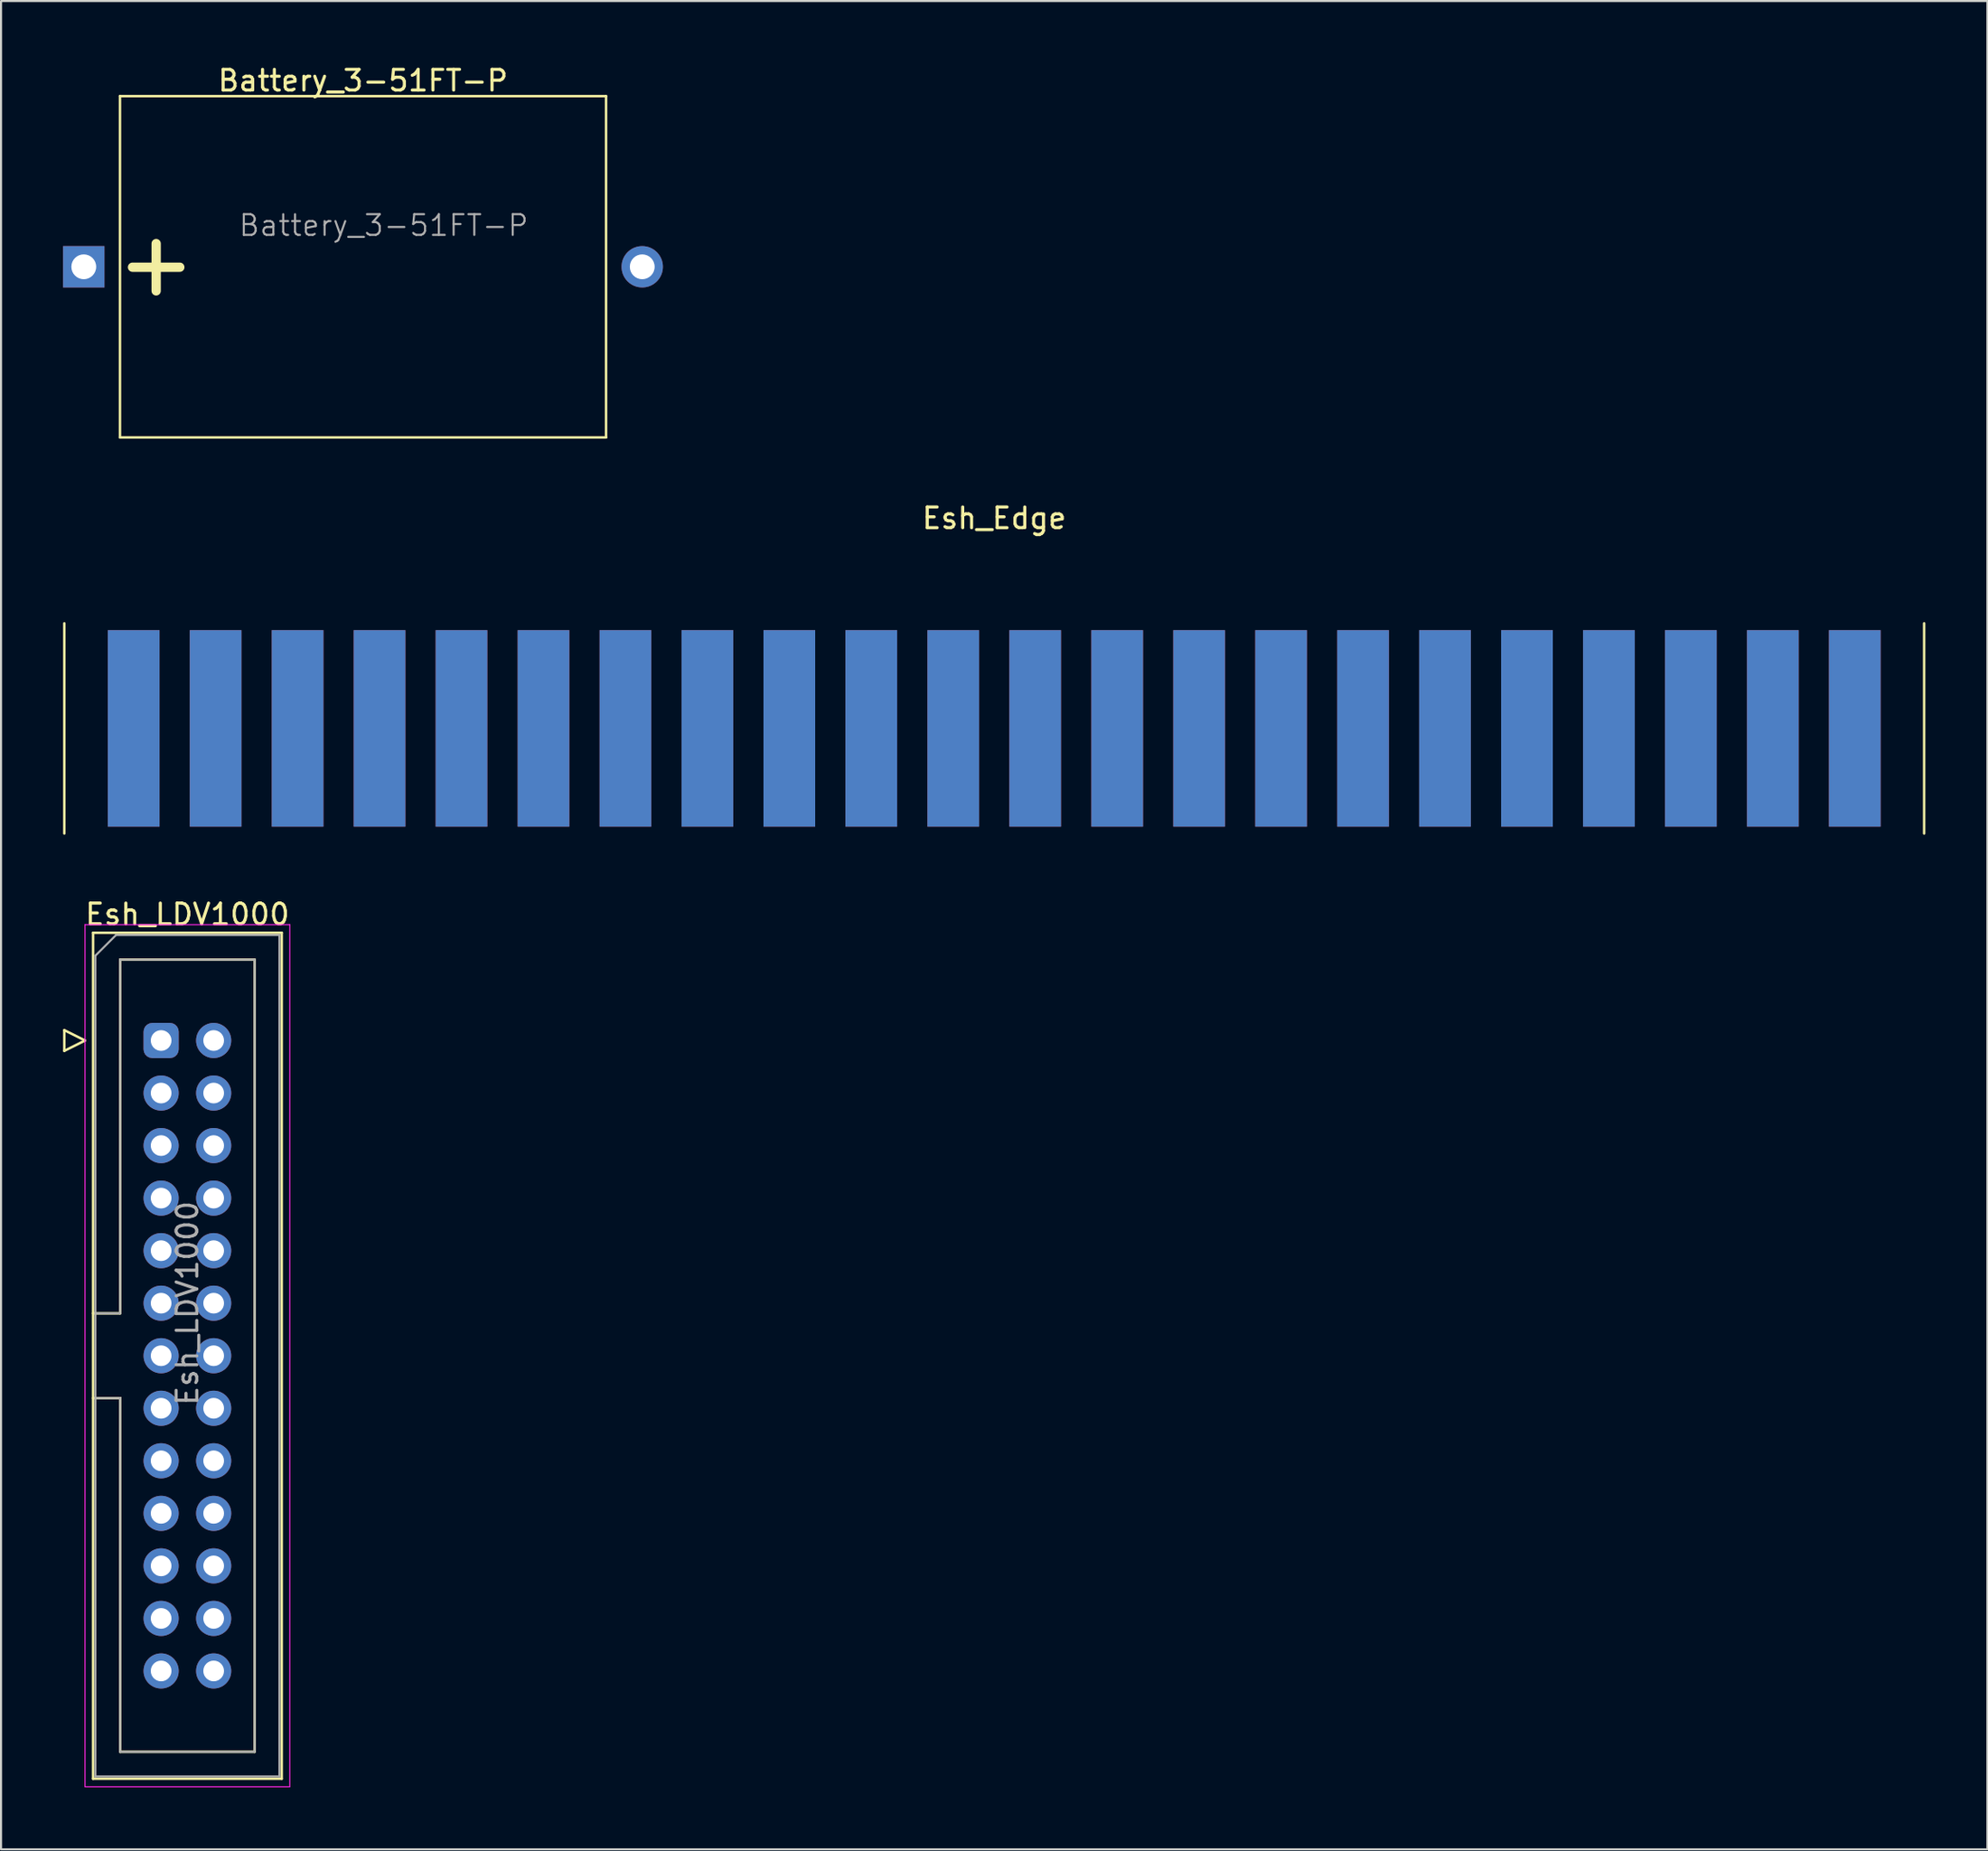
<source format=kicad_pcb>
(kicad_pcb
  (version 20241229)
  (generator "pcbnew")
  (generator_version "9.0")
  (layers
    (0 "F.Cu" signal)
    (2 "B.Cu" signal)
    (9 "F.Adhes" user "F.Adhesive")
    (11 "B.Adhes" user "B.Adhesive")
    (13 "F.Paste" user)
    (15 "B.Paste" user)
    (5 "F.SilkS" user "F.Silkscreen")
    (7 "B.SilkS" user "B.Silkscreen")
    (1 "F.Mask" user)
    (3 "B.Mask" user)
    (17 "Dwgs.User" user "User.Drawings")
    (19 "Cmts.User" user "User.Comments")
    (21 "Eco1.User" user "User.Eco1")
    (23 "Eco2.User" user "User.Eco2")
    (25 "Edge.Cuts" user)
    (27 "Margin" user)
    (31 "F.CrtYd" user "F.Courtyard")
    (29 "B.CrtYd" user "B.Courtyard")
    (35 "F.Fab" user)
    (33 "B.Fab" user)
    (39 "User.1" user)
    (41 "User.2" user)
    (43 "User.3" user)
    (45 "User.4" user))
  (footprint "Esh_Edge"
    (layer "F.Cu")
    (at 45.018 32.166)
    (property "Reference" "Esh_Edge" (at 0 -10.16 0) (layer "F.SilkS") (effects (font (size 1 1) (thickness 0.15))))
    (attr through_hole)
    (fp_line (start -44.958 -5.08) (end -44.958 5.08) (stroke (width 0.12) (type solid)) (layer "F.SilkS"))
    (fp_line (start 44.958 5.08) (end 44.958 -5.08) (stroke (width 0.12) (type solid)) (layer "F.SilkS"))
    (pad "1" connect rect (at -41.605 0) (size 2.5 9.5) (layers "F.Cu" "F.Mask"))
    (pad "2" connect rect (at -37.643 0) (size 2.5 9.5) (layers "F.Cu" "F.Mask"))
    (pad "3" connect rect (at -33.68 0) (size 2.5 9.5) (layers "F.Cu" "F.Mask"))
    (pad "4" connect rect (at -29.718 0) (size 2.5 9.5) (layers "F.Cu" "F.Mask"))
    (pad "5" connect rect (at -25.756 0) (size 2.5 9.5) (layers "F.Cu" "F.Mask"))
    (pad "6" connect rect (at -21.793 0) (size 2.5 9.5) (layers "F.Cu" "F.Mask"))
    (pad "7" connect rect (at -17.831 0) (size 2.5 9.5) (layers "F.Cu" "F.Mask"))
    (pad "8" connect rect (at -13.868 0) (size 2.5 9.5) (layers "F.Cu" "F.Mask"))
    (pad "9" connect rect (at -9.906 0) (size 2.5 9.5) (layers "F.Cu" "F.Mask"))
    (pad "10" connect rect (at -5.944 0) (size 2.5 9.5) (layers "F.Cu" "F.Mask"))
    (pad "11" connect rect (at -1.981 0) (size 2.5 9.5) (layers "F.Cu" "F.Mask"))
    (pad "12" connect rect (at 1.981 0) (size 2.5 9.5) (layers "F.Cu" "F.Mask"))
    (pad "13" connect rect (at 5.944 0) (size 2.5 9.5) (layers "F.Cu" "F.Mask"))
    (pad "14" connect rect (at 9.906 0) (size 2.5 9.5) (layers "F.Cu" "F.Mask"))
    (pad "15" connect rect (at 13.868 0) (size 2.5 9.5) (layers "F.Cu" "F.Mask"))
    (pad "16" connect rect (at 17.831 0) (size 2.5 9.5) (layers "F.Cu" "F.Mask"))
    (pad "17" connect rect (at 21.793 0) (size 2.5 9.5) (layers "F.Cu" "F.Mask"))
    (pad "18" connect rect (at 25.756 0) (size 2.5 9.5) (layers "F.Cu" "F.Mask"))
    (pad "19" connect rect (at 29.718 0) (size 2.5 9.5) (layers "F.Cu" "F.Mask"))
    (pad "20" connect rect (at 33.68 0) (size 2.5 9.5) (layers "F.Cu" "F.Mask"))
    (pad "21" connect rect (at 37.643 0) (size 2.5 9.5) (layers "F.Cu" "F.Mask"))
    (pad "22" connect rect (at 41.605 0) (size 2.5 9.5) (layers "F.Cu" "F.Mask"))
    (pad "A" connect rect (at -41.605 0) (size 2.5 9.5) (layers "B.Cu" "B.Mask"))
    (pad "B" connect rect (at -37.643 0) (size 2.5 9.5) (layers "B.Cu" "B.Mask"))
    (pad "C" connect rect (at -33.68 0) (size 2.5 9.5) (layers "B.Cu" "B.Mask"))
    (pad "D" connect rect (at -29.718 0) (size 2.5 9.5) (layers "B.Cu" "B.Mask"))
    (pad "E" connect rect (at -25.756 0) (size 2.5 9.5) (layers "B.Cu" "B.Mask"))
    (pad "F" connect rect (at -21.793 0) (size 2.5 9.5) (layers "B.Cu" "B.Mask"))
    (pad "H" connect rect (at -17.831 0) (size 2.5 9.5) (layers "B.Cu" "B.Mask"))
    (pad "J" connect rect (at -13.868 0) (size 2.5 9.5) (layers "B.Cu" "B.Mask"))
    (pad "K" connect rect (at -9.906 0) (size 2.5 9.5) (layers "B.Cu" "B.Mask"))
    (pad "L" connect rect (at -5.944 0) (size 2.5 9.5) (layers "B.Cu" "B.Mask"))
    (pad "M" connect rect (at -1.981 0) (size 2.5 9.5) (layers "B.Cu" "B.Mask"))
    (pad "N" connect rect (at 1.981 0) (size 2.5 9.5) (layers "B.Cu" "B.Mask"))
    (pad "P" connect rect (at 5.944 0) (size 2.5 9.5) (layers "B.Cu" "B.Mask"))
    (pad "R" connect rect (at 9.906 0) (size 2.5 9.5) (layers "B.Cu" "B.Mask"))
    (pad "S" connect rect (at 13.868 0) (size 2.5 9.5) (layers "B.Cu" "B.Mask"))
    (pad "T" connect rect (at 17.831 0) (size 2.5 9.5) (layers "B.Cu" "B.Mask"))
    (pad "U" connect rect (at 21.793 0) (size 2.5 9.5) (layers "B.Cu" "B.Mask"))
    (pad "V" connect rect (at 25.756 0) (size 2.5 9.5) (layers "B.Cu" "B.Mask"))
    (pad "W" connect rect (at 29.718 0) (size 2.5 9.5) (layers "B.Cu" "B.Mask"))
    (pad "X" connect rect (at 33.68 0) (size 2.5 9.5) (layers "B.Cu" "B.Mask"))
    (pad "Y" connect rect (at 37.643 0) (size 2.5 9.5) (layers "B.Cu" "B.Mask"))
    (pad "Z" connect rect (at 41.605 0) (size 2.5 9.5) (layers "B.Cu" "B.Mask")))
  (footprint "Esh_LDV1000"
    (layer "F.Cu")
    (at 4.74 47.255)
    (property "Reference" "Esh_LDV1000" (at 1.27 -6.1 0) (layer "F.SilkS") (effects (font (size 1 1) (thickness 0.15))))
    (attr through_hole)
    (fp_line (start -4.68 -0.5) (end -4.68 0.5) (stroke (width 0.12) (type solid)) (layer "F.SilkS"))
    (fp_line (start -4.68 0.5) (end -3.68 0) (stroke (width 0.12) (type solid)) (layer "F.SilkS"))
    (fp_line (start -3.68 0) (end -4.68 -0.5) (stroke (width 0.12) (type solid)) (layer "F.SilkS"))
    (fp_line (start -3.29 -5.21) (end 5.83 -5.21) (stroke (width 0.12) (type solid)) (layer "F.SilkS"))
    (fp_line (start -3.29 13.19) (end -1.98 13.19) (stroke (width 0.12) (type solid)) (layer "F.SilkS"))
    (fp_line (start -3.29 35.69) (end -3.29 -5.21) (stroke (width 0.12) (type solid)) (layer "F.SilkS"))
    (fp_line (start -1.98 -3.91) (end 4.52 -3.91) (stroke (width 0.12) (type solid)) (layer "F.SilkS"))
    (fp_line (start -1.98 13.19) (end -1.98 -3.91) (stroke (width 0.12) (type solid)) (layer "F.SilkS"))
    (fp_line (start -1.98 17.29) (end -3.29 17.29) (stroke (width 0.12) (type solid)) (layer "F.SilkS"))
    (fp_line (start -1.98 17.29) (end -1.98 17.29) (stroke (width 0.12) (type solid)) (layer "F.SilkS"))
    (fp_line (start -1.98 34.39) (end -1.98 17.29) (stroke (width 0.12) (type solid)) (layer "F.SilkS"))
    (fp_line (start 4.52 -3.91) (end 4.52 34.39) (stroke (width 0.12) (type solid)) (layer "F.SilkS"))
    (fp_line (start 4.52 34.39) (end -1.98 34.39) (stroke (width 0.12) (type solid)) (layer "F.SilkS"))
    (fp_line (start 5.83 -5.21) (end 5.83 35.69) (stroke (width 0.12) (type solid)) (layer "F.SilkS"))
    (fp_line (start 5.83 35.69) (end -3.29 35.69) (stroke (width 0.12) (type solid)) (layer "F.SilkS"))
    (fp_line (start -3.68 -5.6) (end -3.68 36.08) (stroke (width 0.05) (type solid)) (layer "F.CrtYd"))
    (fp_line (start -3.68 36.08) (end 6.22 36.08) (stroke (width 0.05) (type solid)) (layer "F.CrtYd"))
    (fp_line (start 6.22 -5.6) (end -3.68 -5.6) (stroke (width 0.05) (type solid)) (layer "F.CrtYd"))
    (fp_line (start 6.22 36.08) (end 6.22 -5.6) (stroke (width 0.05) (type solid)) (layer "F.CrtYd"))
    (fp_line (start -3.18 -4.1) (end -2.18 -5.1) (stroke (width 0.1) (type solid)) (layer "F.Fab"))
    (fp_line (start -3.18 13.19) (end -1.98 13.19) (stroke (width 0.1) (type solid)) (layer "F.Fab"))
    (fp_line (start -3.18 35.58) (end -3.18 -4.1) (stroke (width 0.1) (type solid)) (layer "F.Fab"))
    (fp_line (start -2.18 -5.1) (end 5.72 -5.1) (stroke (width 0.1) (type solid)) (layer "F.Fab"))
    (fp_line (start -1.98 -3.91) (end 4.52 -3.91) (stroke (width 0.1) (type solid)) (layer "F.Fab"))
    (fp_line (start -1.98 13.19) (end -1.98 -3.91) (stroke (width 0.1) (type solid)) (layer "F.Fab"))
    (fp_line (start -1.98 17.29) (end -3.18 17.29) (stroke (width 0.1) (type solid)) (layer "F.Fab"))
    (fp_line (start -1.98 17.29) (end -1.98 17.29) (stroke (width 0.1) (type solid)) (layer "F.Fab"))
    (fp_line (start -1.98 34.39) (end -1.98 17.29) (stroke (width 0.1) (type solid)) (layer "F.Fab"))
    (fp_line (start 4.52 -3.91) (end 4.52 34.39) (stroke (width 0.1) (type solid)) (layer "F.Fab"))
    (fp_line (start 4.52 34.39) (end -1.98 34.39) (stroke (width 0.1) (type solid)) (layer "F.Fab"))
    (fp_line (start 5.72 -5.1) (end 5.72 35.58) (stroke (width 0.1) (type solid)) (layer "F.Fab"))
    (fp_line (start 5.72 35.58) (end -3.18 35.58) (stroke (width 0.1) (type solid)) (layer "F.Fab"))
    (fp_text user "${REFERENCE}" (at 1.27 12.7 90) (layer "F.Fab") (effects (font (size 1 1) (thickness 0.15))))
    (pad "1" thru_hole roundrect (at 0 0) (size 1.7 1.7) (drill 1) (layers "*.Cu" "*.Mask") (roundrect_rratio 0.25))
    (pad "2" thru_hole circle (at 0 2.54) (size 1.7 1.7) (drill 1) (layers "*.Cu" "*.Mask"))
    (pad "3" thru_hole circle (at 0 5.08) (size 1.7 1.7) (drill 1) (layers "*.Cu" "*.Mask"))
    (pad "4" thru_hole circle (at 0 7.62) (size 1.7 1.7) (drill 1) (layers "*.Cu" "*.Mask"))
    (pad "5" thru_hole circle (at 0 10.16) (size 1.7 1.7) (drill 1) (layers "*.Cu" "*.Mask"))
    (pad "6" thru_hole circle (at 0 12.7) (size 1.7 1.7) (drill 1) (layers "*.Cu" "*.Mask"))
    (pad "7" thru_hole circle (at 0 15.24) (size 1.7 1.7) (drill 1) (layers "*.Cu" "*.Mask"))
    (pad "8" thru_hole circle (at 0 17.78) (size 1.7 1.7) (drill 1) (layers "*.Cu" "*.Mask"))
    (pad "9" thru_hole circle (at 0 20.32) (size 1.7 1.7) (drill 1) (layers "*.Cu" "*.Mask"))
    (pad "10" thru_hole circle (at 0 22.86) (size 1.7 1.7) (drill 1) (layers "*.Cu" "*.Mask"))
    (pad "11" thru_hole circle (at 0 25.4) (size 1.7 1.7) (drill 1) (layers "*.Cu" "*.Mask"))
    (pad "12" thru_hole circle (at 0 27.94) (size 1.7 1.7) (drill 1) (layers "*.Cu" "*.Mask"))
    (pad "13" thru_hole circle (at 2.54 0) (size 1.7 1.7) (drill 1) (layers "*.Cu" "*.Mask"))
    (pad "14" thru_hole circle (at 2.54 2.54) (size 1.7 1.7) (drill 1) (layers "*.Cu" "*.Mask"))
    (pad "15" thru_hole circle (at 2.54 5.08) (size 1.7 1.7) (drill 1) (layers "*.Cu" "*.Mask"))
    (pad "16" thru_hole circle (at 2.54 7.62) (size 1.7 1.7) (drill 1) (layers "*.Cu" "*.Mask"))
    (pad "17" thru_hole circle (at 2.54 10.16) (size 1.7 1.7) (drill 1) (layers "*.Cu" "*.Mask"))
    (pad "18" thru_hole circle (at 2.54 12.7) (size 1.7 1.7) (drill 1) (layers "*.Cu" "*.Mask"))
    (pad "19" thru_hole circle (at 2.54 15.24) (size 1.7 1.7) (drill 1) (layers "*.Cu" "*.Mask"))
    (pad "20" thru_hole circle (at 2.54 17.78) (size 1.7 1.7) (drill 1) (layers "*.Cu" "*.Mask"))
    (pad "21" thru_hole circle (at 2.54 20.32) (size 1.7 1.7) (drill 1) (layers "*.Cu" "*.Mask"))
    (pad "22" thru_hole circle (at 2.54 22.86) (size 1.7 1.7) (drill 1) (layers "*.Cu" "*.Mask"))
    (pad "23" thru_hole circle (at 2.54 25.4) (size 1.7 1.7) (drill 1) (layers "*.Cu" "*.Mask"))
    (pad "24" thru_hole circle (at 2.54 27.94) (size 1.7 1.7) (drill 1) (layers "*.Cu" "*.Mask"))
    (pad "25" thru_hole circle (at 0 30.48) (size 1.7 1.7) (drill 1) (layers "*.Cu" "*.Mask"))
    (pad "26" thru_hole circle (at 2.54 30.48) (size 1.7 1.7) (drill 1) (layers "*.Cu" "*.Mask")))
  (footprint "Battery_3-51FT-P"
    (layer "F.Cu")
    (at 14.5 9.848)
    (property "Reference" "Battery_3-51FT-P" (at 0 -9 0) (layer "F.SilkS") (effects (font (size 1 1) (thickness 0.15))))
    (attr through_hole)
    (fp_line (start -11.75 -8.25) (end -11.75 8.25) (stroke (width 0.12) (type solid)) (layer "F.SilkS"))
    (fp_line (start -11.75 -8.25) (end 11.75 -8.25) (stroke (width 0.12) (type solid)) (layer "F.SilkS"))
    (fp_line (start -11.75 8.25) (end 11.75 8.25) (stroke (width 0.12) (type solid)) (layer "F.SilkS"))
    (fp_line (start 11.75 -8.25) (end 11.75 8.25) (stroke (width 0.12) (type solid)) (layer "F.SilkS"))
    (fp_text user "+" (at -10 -0.2 0) (layer "F.SilkS") (effects (font (size 3 3) (thickness 0.45))))
    (fp_text user "${REFERENCE}" (at 1 -2 0) (layer "F.Fab") (effects (font (size 1 1) (thickness 0.1))))
    (pad "1" thru_hole rect (at -13.5 0) (size 2 2) (drill 1.2) (layers "*.Cu" "*.Mask"))
    (pad "2" thru_hole circle (at 13.5 0) (size 2 2) (drill 1.2) (layers "*.Cu" "*.Mask")))
  (gr_rect
    (start -3 -3)
    (end 93.036 86.36)
    (stroke (width 0.1) (type default))
    (fill no)
    (layer "Edge.Cuts")))
</source>
